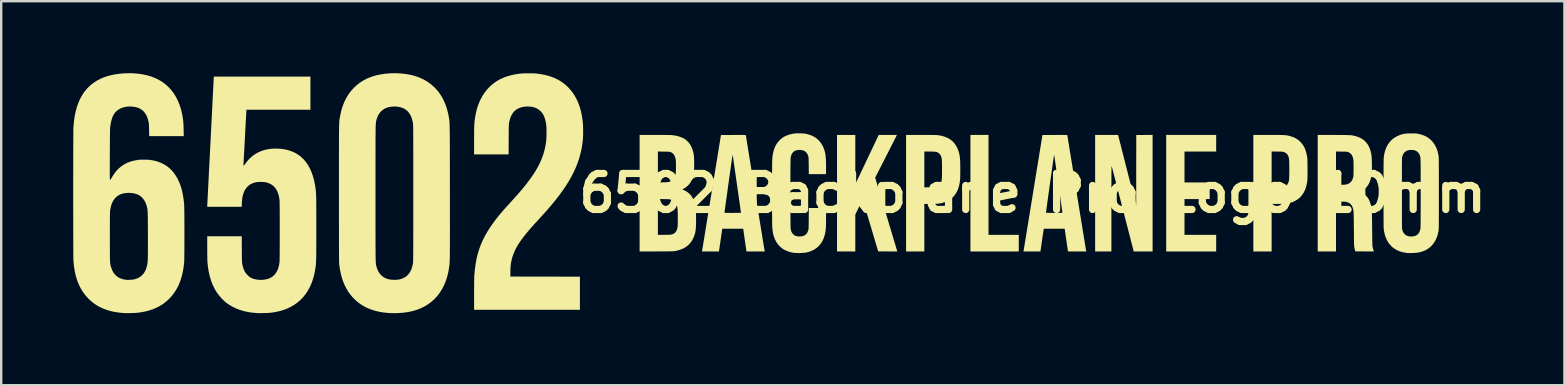
<source format=kicad_pcb>
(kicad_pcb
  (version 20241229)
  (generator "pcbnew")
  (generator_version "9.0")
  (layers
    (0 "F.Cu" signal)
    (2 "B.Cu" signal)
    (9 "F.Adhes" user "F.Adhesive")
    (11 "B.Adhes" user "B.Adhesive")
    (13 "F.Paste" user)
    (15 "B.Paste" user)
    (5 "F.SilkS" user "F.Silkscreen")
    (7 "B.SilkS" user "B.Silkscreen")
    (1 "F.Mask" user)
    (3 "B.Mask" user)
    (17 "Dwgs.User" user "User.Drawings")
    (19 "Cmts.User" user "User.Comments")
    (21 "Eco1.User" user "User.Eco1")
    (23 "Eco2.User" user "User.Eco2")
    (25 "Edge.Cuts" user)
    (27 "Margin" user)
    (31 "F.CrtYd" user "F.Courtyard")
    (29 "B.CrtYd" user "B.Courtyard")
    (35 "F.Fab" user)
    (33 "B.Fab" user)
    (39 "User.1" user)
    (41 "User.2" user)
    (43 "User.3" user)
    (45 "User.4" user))
  (footprint "6502 Backplane Pro Logo 10mm"
    (layer "F.Cu")
    (at 39.97 4.999)
    (property "Reference" "6502 Backplane Pro Logo 10mm" (at 0 0 0) (layer "F.SilkS") (effects (font (size 1.5 1.5) (thickness 0.3))))
    (attr board_only exclude_from_pos_files exclude_from_bom)
    (fp_poly (pts (xy -1.836 -0.347) (xy -1.836 1.735) (xy -1.206 1.735) (xy -0.575 1.735) (xy -0.575 2.081) (xy -0.575 2.428) (xy -1.582 2.428) (xy -2.589 2.428) (xy -2.589 0) (xy -2.589 -2.428) (xy -2.213 -2.428) (xy -1.836 -2.428)) (stroke (width 0) (type solid)) (fill yes) (layer "F.SilkS"))
    (fp_poly (pts (xy 7.649 -2.081) (xy 7.649 -1.735) (xy 6.989 -1.735) (xy 6.329 -1.735) (xy 6.329 -1.091) (xy 6.329 -0.448) (xy 6.853 -0.448) (xy 7.378 -0.448) (xy 7.378 -0.102) (xy 7.378 0.245) (xy 6.853 0.245) (xy 6.329 0.245) (xy 6.329 0.99) (xy 6.329 1.735) (xy 6.989 1.735) (xy 7.649 1.735) (xy 7.649 2.081) (xy 7.649 2.428) (xy 6.608 2.428) (xy 5.567 2.428) (xy 5.567 0) (xy 5.567 -2.428) (xy 6.608 -2.428) (xy 7.649 -2.428)) (stroke (width 0) (type solid)) (fill yes) (layer "F.SilkS"))
    (fp_poly (pts (xy -7.386 -1.407) (xy -7.386 -1.263) (xy -7.386 -1.127) (xy -7.386 -1) (xy -7.386 -0.883) (xy -7.385 -0.777) (xy -7.384 -0.682) (xy -7.384 -0.599) (xy -7.383 -0.529) (xy -7.382 -0.473) (xy -7.381 -0.431) (xy -7.38 -0.405) (xy -7.379 -0.394) (xy -7.379 -0.394) (xy -7.374 -0.402) (xy -7.363 -0.425) (xy -7.345 -0.462) (xy -7.322 -0.511) (xy -7.293 -0.571) (xy -7.258 -0.643) (xy -7.22 -0.724) (xy -7.176 -0.815) (xy -7.13 -0.913) (xy -7.079 -1.019) (xy -7.026 -1.131) (xy -6.97 -1.248) (xy -6.912 -1.37) (xy -6.891 -1.415) (xy -6.411 -2.428) (xy -6.031 -2.428) (xy -5.652 -2.428) (xy -5.727 -2.278) (xy -5.742 -2.249) (xy -5.764 -2.206) (xy -5.792 -2.15) (xy -5.826 -2.083) (xy -5.865 -2.007) (xy -5.908 -1.922) (xy -5.955 -1.83) (xy -6.005 -1.732) (xy -6.057 -1.629) (xy -6.111 -1.523) (xy -6.166 -1.415) (xy -6.18 -1.388) (xy -6.558 -0.647) (xy -6.108 0.855) (xy -6.061 1.01) (xy -6.016 1.161) (xy -5.972 1.308) (xy -5.93 1.448) (xy -5.889 1.583) (xy -5.851 1.709) (xy -5.816 1.828) (xy -5.783 1.938) (xy -5.753 2.038) (xy -5.726 2.127) (xy -5.703 2.205) (xy -5.683 2.27) (xy -5.668 2.323) (xy -5.656 2.361) (xy -5.649 2.385) (xy -5.647 2.392) (xy -5.636 2.428) (xy -6.034 2.426) (xy -6.433 2.424) (xy -6.752 1.351) (xy -6.791 1.22) (xy -6.829 1.094) (xy -6.865 0.974) (xy -6.899 0.859) (xy -6.931 0.752) (xy -6.961 0.654) (xy -6.988 0.564) (xy -7.012 0.485) (xy -7.032 0.417) (xy -7.049 0.361) (xy -7.063 0.317) (xy -7.072 0.288) (xy -7.076 0.274) (xy -7.077 0.273) (xy -7.081 0.279) (xy -7.093 0.299) (xy -7.11 0.331) (xy -7.132 0.374) (xy -7.158 0.425) (xy -7.187 0.484) (xy -7.22 0.549) (xy -7.234 0.579) (xy -7.386 0.889) (xy -7.386 1.659) (xy -7.386 2.428) (xy -7.767 2.428) (xy -8.148 2.428) (xy -8.148 0) (xy -8.148 -2.428) (xy -7.767 -2.428) (xy -7.386 -2.428)) (stroke (width 0) (type solid)) (fill yes) (layer "F.SilkS"))
    (fp_poly (pts (xy 5 -0.000096) (xy 5 2.428) (xy 4.607 2.428) (xy 4.214 2.428) (xy 4.206 2.397) (xy 4.203 2.385) (xy 4.196 2.359) (xy 4.185 2.317) (xy 4.171 2.261) (xy 4.153 2.192) (xy 4.132 2.111) (xy 4.108 2.018) (xy 4.081 1.913) (xy 4.052 1.799) (xy 4.02 1.675) (xy 3.986 1.543) (xy 3.95 1.402) (xy 3.912 1.255) (xy 3.872 1.101) (xy 3.831 0.942) (xy 3.789 0.778) (xy 3.753 0.639) (xy 3.71 0.472) (xy 3.668 0.309) (xy 3.627 0.151) (xy 3.588 -0.001) (xy 3.55 -0.147) (xy 3.514 -0.285) (xy 3.481 -0.415) (xy 3.45 -0.536) (xy 3.421 -0.648) (xy 3.395 -0.749) (xy 3.371 -0.839) (xy 3.351 -0.917) (xy 3.334 -0.982) (xy 3.321 -1.034) (xy 3.311 -1.072) (xy 3.305 -1.095) (xy 3.303 -1.102) (xy 3.296 -1.115) (xy 3.291 -1.117) (xy 3.29 -1.108) (xy 3.289 -1.084) (xy 3.288 -1.043) (xy 3.287 -0.986) (xy 3.287 -0.914) (xy 3.286 -0.828) (xy 3.285 -0.727) (xy 3.285 -0.613) (xy 3.284 -0.484) (xy 3.284 -0.343) (xy 3.284 -0.19) (xy 3.283 -0.024) (xy 3.283 0.153) (xy 3.283 0.342) (xy 3.283 0.542) (xy 3.283 0.656) (xy 3.283 2.428) (xy 2.944 2.428) (xy 2.606 2.428) (xy 2.606 0) (xy 2.606 -2.428) (xy 3.084 -2.428) (xy 3.561 -2.428) (xy 3.57 -2.397) (xy 3.573 -2.385) (xy 3.58 -2.358) (xy 3.59 -2.316) (xy 3.604 -2.261) (xy 3.622 -2.192) (xy 3.642 -2.112) (xy 3.666 -2.02) (xy 3.692 -1.918) (xy 3.72 -1.806) (xy 3.751 -1.686) (xy 3.784 -1.557) (xy 3.818 -1.422) (xy 3.854 -1.281) (xy 3.891 -1.135) (xy 3.93 -0.984) (xy 3.939 -0.948) (xy 3.978 -0.796) (xy 4.015 -0.649) (xy 4.051 -0.508) (xy 4.086 -0.372) (xy 4.119 -0.244) (xy 4.15 -0.123) (xy 4.179 -0.011) (xy 4.206 0.092) (xy 4.23 0.185) (xy 4.251 0.266) (xy 4.269 0.336) (xy 4.284 0.392) (xy 4.295 0.435) (xy 4.303 0.464) (xy 4.307 0.477) (xy 4.308 0.478) (xy 4.315 0.479) (xy 4.316 0.473) (xy 4.316 0.464) (xy 4.317 0.438) (xy 4.317 0.397) (xy 4.317 0.342) (xy 4.317 0.273) (xy 4.317 0.192) (xy 4.317 0.1) (xy 4.317 -0.004) (xy 4.318 -0.117) (xy 4.318 -0.24) (xy 4.318 -0.37) (xy 4.318 -0.508) (xy 4.318 -0.653) (xy 4.318 -0.802) (xy 4.318 -0.957) (xy 4.318 -0.981) (xy 4.32 -2.424) (xy 4.66 -2.426) (xy 5 -2.429)) (stroke (width 0) (type solid)) (fill yes) (layer "F.SilkS"))
    (fp_poly (pts (xy -4.647 -2.428) (xy -4.521 -2.428) (xy -4.41 -2.428) (xy -4.314 -2.427) (xy -4.232 -2.427) (xy -4.161 -2.426) (xy -4.102 -2.425) (xy -4.053 -2.424) (xy -4.012 -2.422) (xy -3.979 -2.42) (xy -3.953 -2.418) (xy -3.933 -2.416) (xy -3.792 -2.391) (xy -3.663 -2.354) (xy -3.547 -2.306) (xy -3.442 -2.246) (xy -3.349 -2.175) (xy -3.268 -2.091) (xy -3.198 -1.995) (xy -3.139 -1.887) (xy -3.091 -1.766) (xy -3.09 -1.763) (xy -3.073 -1.71) (xy -3.058 -1.657) (xy -3.046 -1.604) (xy -3.037 -1.548) (xy -3.029 -1.487) (xy -3.023 -1.42) (xy -3.018 -1.344) (xy -3.015 -1.258) (xy -3.013 -1.16) (xy -3.012 -1.047) (xy -3.012 -0.993) (xy -3.012 -0.914) (xy -3.013 -0.836) (xy -3.014 -0.763) (xy -3.015 -0.697) (xy -3.017 -0.64) (xy -3.018 -0.594) (xy -3.02 -0.563) (xy -3.021 -0.557) (xy -3.042 -0.405) (xy -3.075 -0.266) (xy -3.119 -0.139) (xy -3.175 -0.024) (xy -3.242 0.078) (xy -3.321 0.168) (xy -3.411 0.245) (xy -3.512 0.31) (xy -3.625 0.362) (xy -3.749 0.401) (xy -3.771 0.407) (xy -3.825 0.419) (xy -3.879 0.429) (xy -3.935 0.436) (xy -3.995 0.441) (xy -4.064 0.445) (xy -4.142 0.447) (xy -4.234 0.448) (xy -4.266 0.448) (xy -4.51 0.448) (xy -4.51 1.438) (xy -4.51 2.428) (xy -4.89 2.428) (xy -5.271 2.428) (xy -5.271 0) (xy -5.271 -0.989) (xy -4.51 -0.989) (xy -4.51 -0.244) (xy -4.271 -0.247) (xy -4.2 -0.248) (xy -4.145 -0.249) (xy -4.102 -0.25) (xy -4.069 -0.252) (xy -4.044 -0.254) (xy -4.024 -0.257) (xy -4.008 -0.26) (xy -3.993 -0.265) (xy -3.981 -0.27) (xy -3.927 -0.3) (xy -3.877 -0.341) (xy -3.838 -0.391) (xy -3.822 -0.421) (xy -3.811 -0.447) (xy -3.802 -0.473) (xy -3.794 -0.501) (xy -3.788 -0.533) (xy -3.784 -0.57) (xy -3.78 -0.614) (xy -3.777 -0.668) (xy -3.775 -0.731) (xy -3.774 -0.807) (xy -3.774 -0.897) (xy -3.774 -0.99) (xy -3.774 -1.094) (xy -3.774 -1.182) (xy -3.776 -1.256) (xy -3.778 -1.319) (xy -3.78 -1.371) (xy -3.784 -1.415) (xy -3.789 -1.452) (xy -3.795 -1.483) (xy -3.803 -1.51) (xy -3.812 -1.536) (xy -3.821 -1.557) (xy -3.847 -1.601) (xy -3.881 -1.642) (xy -3.919 -1.677) (xy -3.943 -1.692) (xy -3.969 -1.705) (xy -3.996 -1.714) (xy -4.026 -1.722) (xy -4.062 -1.727) (xy -4.105 -1.731) (xy -4.159 -1.733) (xy -4.225 -1.734) (xy -4.293 -1.735) (xy -4.51 -1.735) (xy -4.51 -0.989) (xy -5.271 -0.989) (xy -5.271 -2.428)) (stroke (width 0) (type solid)) (fill yes) (layer "F.SilkS"))
    (fp_poly (pts (xy 9.947 -2.428) (xy 10.059 -2.428) (xy 10.157 -2.428) (xy 10.243 -2.427) (xy 10.317 -2.426) (xy 10.38 -2.424) (xy 10.435 -2.422) (xy 10.483 -2.42) (xy 10.524 -2.417) (xy 10.561 -2.413) (xy 10.595 -2.408) (xy 10.626 -2.403) (xy 10.657 -2.396) (xy 10.689 -2.389) (xy 10.713 -2.383) (xy 10.839 -2.343) (xy 10.952 -2.292) (xy 11.055 -2.227) (xy 11.146 -2.15) (xy 11.226 -2.061) (xy 11.295 -1.958) (xy 11.326 -1.902) (xy 11.346 -1.858) (xy 11.366 -1.802) (xy 11.387 -1.738) (xy 11.406 -1.671) (xy 11.422 -1.605) (xy 11.432 -1.554) (xy 11.437 -1.529) (xy 11.44 -1.504) (xy 11.443 -1.478) (xy 11.446 -1.449) (xy 11.448 -1.415) (xy 11.449 -1.374) (xy 11.451 -1.326) (xy 11.452 -1.266) (xy 11.453 -1.195) (xy 11.454 -1.109) (xy 11.454 -1.049) (xy 11.455 -0.938) (xy 11.455 -0.842) (xy 11.455 -0.759) (xy 11.454 -0.687) (xy 11.452 -0.626) (xy 11.449 -0.572) (xy 11.445 -0.524) (xy 11.44 -0.48) (xy 11.434 -0.439) (xy 11.427 -0.398) (xy 11.426 -0.393) (xy 11.394 -0.258) (xy 11.351 -0.136) (xy 11.296 -0.026) (xy 11.229 0.074) (xy 11.175 0.14) (xy 11.104 0.209) (xy 11.028 0.267) (xy 10.943 0.317) (xy 10.924 0.326) (xy 10.859 0.357) (xy 10.794 0.382) (xy 10.726 0.402) (xy 10.655 0.418) (xy 10.576 0.431) (xy 10.489 0.44) (xy 10.392 0.445) (xy 10.28 0.448) (xy 10.198 0.448) (xy 9.959 0.448) (xy 9.959 1.438) (xy 9.959 2.428) (xy 9.578 2.428) (xy 9.197 2.428) (xy 9.197 0) (xy 9.197 -0.99) (xy 9.959 -0.99) (xy 9.959 -0.245) (xy 10.181 -0.245) (xy 10.26 -0.246) (xy 10.325 -0.247) (xy 10.375 -0.249) (xy 10.412 -0.252) (xy 10.438 -0.255) (xy 10.445 -0.257) (xy 10.513 -0.282) (xy 10.569 -0.317) (xy 10.614 -0.363) (xy 10.648 -0.422) (xy 10.673 -0.494) (xy 10.681 -0.532) (xy 10.685 -0.561) (xy 10.688 -0.604) (xy 10.691 -0.66) (xy 10.693 -0.726) (xy 10.694 -0.799) (xy 10.695 -0.878) (xy 10.696 -0.96) (xy 10.696 -1.043) (xy 10.695 -1.124) (xy 10.694 -1.201) (xy 10.693 -1.273) (xy 10.69 -1.336) (xy 10.688 -1.388) (xy 10.684 -1.427) (xy 10.682 -1.445) (xy 10.662 -1.522) (xy 10.635 -1.585) (xy 10.599 -1.636) (xy 10.553 -1.675) (xy 10.496 -1.704) (xy 10.457 -1.718) (xy 10.438 -1.723) (xy 10.419 -1.727) (xy 10.396 -1.73) (xy 10.368 -1.732) (xy 10.332 -1.733) (xy 10.285 -1.734) (xy 10.225 -1.734) (xy 10.18 -1.735) (xy 9.959 -1.735) (xy 9.959 -0.99) (xy 9.197 -0.99) (xy 9.197 -2.428) (xy 9.819 -2.428)) (stroke (width 0) (type solid)) (fill yes) (layer "F.SilkS"))
    (fp_poly (pts (xy -9.705 -2.495) (xy -9.626 -2.492) (xy -9.551 -2.487) (xy -9.483 -2.48) (xy -9.43 -2.471) (xy -9.298 -2.437) (xy -9.177 -2.39) (xy -9.068 -2.33) (xy -8.97 -2.258) (xy -8.883 -2.174) (xy -8.808 -2.077) (xy -8.743 -1.967) (xy -8.691 -1.845) (xy -8.678 -1.807) (xy -8.66 -1.751) (xy -8.646 -1.693) (xy -8.634 -1.631) (xy -8.624 -1.565) (xy -8.617 -1.492) (xy -8.611 -1.409) (xy -8.608 -1.316) (xy -8.605 -1.21) (xy -8.605 -1.09) (xy -8.605 -0.795) (xy -8.964 -0.795) (xy -9.323 -0.795) (xy -9.326 -1.136) (xy -9.327 -1.225) (xy -9.328 -1.298) (xy -9.33 -1.358) (xy -9.331 -1.407) (xy -9.333 -1.445) (xy -9.335 -1.475) (xy -9.338 -1.499) (xy -9.341 -1.518) (xy -9.344 -1.531) (xy -9.371 -1.609) (xy -9.408 -1.674) (xy -9.455 -1.725) (xy -9.512 -1.763) (xy -9.581 -1.789) (xy -9.66 -1.802) (xy -9.709 -1.803) (xy -9.794 -1.797) (xy -9.867 -1.779) (xy -9.93 -1.749) (xy -9.981 -1.706) (xy -10.023 -1.649) (xy -10.056 -1.579) (xy -10.078 -1.502) (xy -10.08 -1.486) (xy -10.081 -1.455) (xy -10.083 -1.409) (xy -10.084 -1.349) (xy -10.085 -1.276) (xy -10.086 -1.192) (xy -10.087 -1.098) (xy -10.088 -0.994) (xy -10.089 -0.882) (xy -10.089 -0.763) (xy -10.09 -0.637) (xy -10.09 -0.507) (xy -10.091 -0.372) (xy -10.091 -0.235) (xy -10.091 -0.096) (xy -10.091 0.044) (xy -10.091 0.184) (xy -10.091 0.322) (xy -10.09 0.458) (xy -10.09 0.59) (xy -10.09 0.717) (xy -10.089 0.839) (xy -10.088 0.954) (xy -10.087 1.061) (xy -10.086 1.159) (xy -10.085 1.247) (xy -10.084 1.324) (xy -10.083 1.388) (xy -10.082 1.44) (xy -10.08 1.477) (xy -10.079 1.498) (xy -10.078 1.502) (xy -10.055 1.584) (xy -10.022 1.653) (xy -9.979 1.709) (xy -9.925 1.752) (xy -9.86 1.782) (xy -9.784 1.799) (xy -9.712 1.803) (xy -9.625 1.798) (xy -9.551 1.781) (xy -9.489 1.752) (xy -9.437 1.71) (xy -9.394 1.655) (xy -9.361 1.586) (xy -9.344 1.536) (xy -9.341 1.522) (xy -9.338 1.507) (xy -9.335 1.487) (xy -9.333 1.461) (xy -9.332 1.429) (xy -9.33 1.388) (xy -9.329 1.337) (xy -9.328 1.275) (xy -9.327 1.199) (xy -9.327 1.109) (xy -9.326 1.051) (xy -9.323 0.618) (xy -8.964 0.618) (xy -8.605 0.618) (xy -8.605 1.001) (xy -8.605 1.084) (xy -8.606 1.165) (xy -8.607 1.242) (xy -8.608 1.312) (xy -8.609 1.374) (xy -8.611 1.424) (xy -8.613 1.462) (xy -8.614 1.477) (xy -8.635 1.629) (xy -8.667 1.77) (xy -8.712 1.898) (xy -8.768 2.014) (xy -8.836 2.118) (xy -8.915 2.209) (xy -9.006 2.288) (xy -9.109 2.355) (xy -9.223 2.41) (xy -9.349 2.452) (xy -9.43 2.471) (xy -9.48 2.479) (xy -9.542 2.485) (xy -9.613 2.49) (xy -9.688 2.493) (xy -9.764 2.493) (xy -9.837 2.492) (xy -9.901 2.489) (xy -9.954 2.484) (xy -9.959 2.483) (xy -10.064 2.462) (xy -10.168 2.432) (xy -10.267 2.394) (xy -10.357 2.35) (xy -10.434 2.301) (xy -10.441 2.295) (xy -10.533 2.216) (xy -10.613 2.126) (xy -10.681 2.027) (xy -10.737 1.917) (xy -10.781 1.796) (xy -10.815 1.663) (xy -10.837 1.517) (xy -10.847 1.405) (xy -10.848 1.375) (xy -10.849 1.33) (xy -10.85 1.271) (xy -10.851 1.198) (xy -10.852 1.113) (xy -10.852 1.017) (xy -10.853 0.911) (xy -10.854 0.797) (xy -10.854 0.676) (xy -10.855 0.549) (xy -10.855 0.416) (xy -10.855 0.281) (xy -10.855 0.142) (xy -10.855 0.003) (xy -10.855 -0.137) (xy -10.855 -0.275) (xy -10.855 -0.411) (xy -10.855 -0.543) (xy -10.854 -0.671) (xy -10.854 -0.792) (xy -10.853 -0.907) (xy -10.852 -1.013) (xy -10.852 -1.109) (xy -10.851 -1.194) (xy -10.85 -1.268) (xy -10.849 -1.328) (xy -10.848 -1.374) (xy -10.847 -1.404) (xy -10.847 -1.405) (xy -10.832 -1.559) (xy -10.807 -1.7) (xy -10.771 -1.829) (xy -10.723 -1.947) (xy -10.664 -2.054) (xy -10.593 -2.15) (xy -10.511 -2.237) (xy -10.432 -2.302) (xy -10.358 -2.35) (xy -10.27 -2.393) (xy -10.172 -2.43) (xy -10.068 -2.46) (xy -9.96 -2.482) (xy -9.914 -2.488) (xy -9.854 -2.493) (xy -9.782 -2.495)) (stroke (width 0) (type solid)) (fill yes) (layer "F.SilkS"))
    (fp_poly (pts (xy 1.245 -2.426) (xy 1.317 -2.426) (xy 1.374 -2.425) (xy 1.414 -2.424) (xy 1.438 -2.422) (xy 1.447 -2.42) (xy 1.447 -2.42) (xy 1.448 -2.411) (xy 1.452 -2.386) (xy 1.458 -2.346) (xy 1.467 -2.292) (xy 1.478 -2.225) (xy 1.491 -2.144) (xy 1.506 -2.052) (xy 1.523 -1.949) (xy 1.541 -1.836) (xy 1.561 -1.713) (xy 1.582 -1.581) (xy 1.605 -1.442) (xy 1.629 -1.295) (xy 1.654 -1.143) (xy 1.679 -0.984) (xy 1.706 -0.822) (xy 1.733 -0.655) (xy 1.76 -0.485) (xy 1.788 -0.314) (xy 1.816 -0.14) (xy 1.845 0.033) (xy 1.873 0.207) (xy 1.901 0.38) (xy 1.929 0.551) (xy 1.956 0.719) (xy 1.983 0.884) (xy 2.009 1.044) (xy 2.034 1.2) (xy 2.059 1.35) (xy 2.082 1.493) (xy 2.104 1.628) (xy 2.125 1.756) (xy 2.144 1.874) (xy 2.162 1.983) (xy 2.178 2.081) (xy 2.192 2.167) (xy 2.204 2.241) (xy 2.214 2.302) (xy 2.222 2.349) (xy 2.227 2.382) (xy 2.23 2.399) (xy 2.23 2.401) (xy 2.236 2.428) (xy 1.854 2.428) (xy 1.775 2.428) (xy 1.702 2.428) (xy 1.636 2.427) (xy 1.579 2.427) (xy 1.533 2.426) (xy 1.498 2.425) (xy 1.478 2.425) (xy 1.472 2.424) (xy 1.471 2.415) (xy 1.468 2.39) (xy 1.463 2.353) (xy 1.456 2.305) (xy 1.448 2.248) (xy 1.438 2.183) (xy 1.428 2.112) (xy 1.418 2.038) (xy 1.407 1.962) (xy 1.396 1.886) (xy 1.385 1.813) (xy 1.375 1.743) (xy 1.366 1.678) (xy 1.358 1.621) (xy 1.351 1.574) (xy 1.345 1.538) (xy 1.342 1.515) (xy 1.341 1.508) (xy 1.336 1.481) (xy 0.902 1.481) (xy 0.467 1.481) (xy 0.463 1.5) (xy 0.461 1.512) (xy 0.457 1.538) (xy 0.451 1.579) (xy 0.443 1.631) (xy 0.433 1.694) (xy 0.423 1.765) (xy 0.411 1.844) (xy 0.399 1.928) (xy 0.393 1.974) (xy 0.327 2.428) (xy -0.027 2.428) (xy -0.38 2.428) (xy -0.376 2.405) (xy -0.374 2.395) (xy -0.37 2.369) (xy -0.363 2.327) (xy -0.354 2.271) (xy -0.342 2.2) (xy -0.328 2.117) (xy -0.313 2.02) (xy -0.295 1.912) (xy -0.275 1.792) (xy -0.254 1.662) (xy -0.231 1.521) (xy -0.207 1.371) (xy -0.181 1.213) (xy -0.154 1.046) (xy -0.125 0.872) (xy -0.115 0.809) (xy 0.558 0.809) (xy 0.561 0.812) (xy 0.568 0.814) (xy 0.583 0.816) (xy 0.605 0.818) (xy 0.637 0.819) (xy 0.681 0.82) (xy 0.736 0.82) (xy 0.806 0.821) (xy 0.891 0.821) (xy 0.901 0.821) (xy 0.975 0.821) (xy 1.044 0.82) (xy 1.106 0.819) (xy 1.158 0.819) (xy 1.199 0.817) (xy 1.228 0.816) (xy 1.242 0.815) (xy 1.244 0.814) (xy 1.242 0.804) (xy 1.239 0.778) (xy 1.234 0.738) (xy 1.226 0.684) (xy 1.217 0.619) (xy 1.206 0.542) (xy 1.194 0.456) (xy 1.181 0.361) (xy 1.166 0.259) (xy 1.151 0.151) (xy 1.135 0.037) (xy 1.118 -0.08) (xy 1.101 -0.201) (xy 1.083 -0.323) (xy 1.066 -0.446) (xy 1.048 -0.568) (xy 1.031 -0.688) (xy 1.014 -0.806) (xy 0.998 -0.919) (xy 0.982 -1.028) (xy 0.968 -1.13) (xy 0.954 -1.224) (xy 0.942 -1.31) (xy 0.93 -1.386) (xy 0.921 -1.451) (xy 0.913 -1.505) (xy 0.907 -1.545) (xy 0.903 -1.57) (xy 0.901 -1.58) (xy 0.901 -1.581) (xy 0.892 -1.581) (xy 0.892 -1.58) (xy 0.891 -1.572) (xy 0.887 -1.547) (xy 0.881 -1.509) (xy 0.874 -1.457) (xy 0.864 -1.392) (xy 0.854 -1.317) (xy 0.841 -1.232) (xy 0.828 -1.138) (xy 0.814 -1.037) (xy 0.799 -0.929) (xy 0.783 -0.816) (xy 0.766 -0.699) (xy 0.749 -0.579) (xy 0.732 -0.457) (xy 0.715 -0.334) (xy 0.698 -0.212) (xy 0.681 -0.092) (xy 0.665 0.026) (xy 0.649 0.14) (xy 0.634 0.249) (xy 0.62 0.351) (xy 0.607 0.446) (xy 0.595 0.533) (xy 0.585 0.61) (xy 0.576 0.676) (xy 0.568 0.73) (xy 0.563 0.771) (xy 0.56 0.798) (xy 0.558 0.809) (xy 0.558 0.809) (xy -0.115 0.809) (xy -0.096 0.692) (xy -0.066 0.505) (xy -0.034 0.313) (xy -0.002 0.116) (xy 0.02 -0.021) (xy 0.411 -2.424) (xy 0.929 -2.426) (xy 1.051 -2.427) (xy 1.156 -2.427)) (stroke (width 0) (type solid)) (fill yes) (layer "F.SilkS"))
    (fp_poly (pts (xy -12.167 -2.427) (xy -12.098 -2.426) (xy -12.043 -2.425) (xy -12.002 -2.424) (xy -11.972 -2.423) (xy -11.954 -2.421) (xy -11.947 -2.419) (xy -11.947 -2.419) (xy -11.946 -2.41) (xy -11.942 -2.385) (xy -11.935 -2.345) (xy -11.927 -2.291) (xy -11.916 -2.223) (xy -11.903 -2.143) (xy -11.888 -2.051) (xy -11.871 -1.948) (xy -11.853 -1.834) (xy -11.833 -1.711) (xy -11.812 -1.579) (xy -11.789 -1.44) (xy -11.765 -1.293) (xy -11.74 -1.14) (xy -11.715 -0.982) (xy -11.688 -0.819) (xy -11.661 -0.653) (xy -11.634 -0.483) (xy -11.606 -0.311) (xy -11.578 -0.138) (xy -11.549 0.036) (xy -11.521 0.21) (xy -11.493 0.383) (xy -11.465 0.554) (xy -11.438 0.722) (xy -11.411 0.887) (xy -11.385 1.048) (xy -11.36 1.203) (xy -11.335 1.353) (xy -11.312 1.496) (xy -11.29 1.632) (xy -11.269 1.76) (xy -11.25 1.878) (xy -11.232 1.987) (xy -11.216 2.084) (xy -11.202 2.171) (xy -11.19 2.245) (xy -11.18 2.306) (xy -11.172 2.353) (xy -11.167 2.386) (xy -11.164 2.403) (xy -11.163 2.405) (xy -11.159 2.428) (xy -11.54 2.428) (xy -11.619 2.428) (xy -11.692 2.428) (xy -11.758 2.428) (xy -11.815 2.428) (xy -11.861 2.427) (xy -11.896 2.427) (xy -11.916 2.426) (xy -11.922 2.426) (xy -11.923 2.417) (xy -11.926 2.393) (xy -11.931 2.356) (xy -11.938 2.308) (xy -11.946 2.25) (xy -11.955 2.185) (xy -11.965 2.115) (xy -11.976 2.041) (xy -11.987 1.965) (xy -11.998 1.889) (xy -12.008 1.815) (xy -12.018 1.745) (xy -12.028 1.681) (xy -12.036 1.624) (xy -12.043 1.576) (xy -12.048 1.539) (xy -12.052 1.516) (xy -12.053 1.508) (xy -12.058 1.481) (xy -12.492 1.481) (xy -12.927 1.481) (xy -12.931 1.5) (xy -12.933 1.512) (xy -12.937 1.538) (xy -12.943 1.579) (xy -12.951 1.631) (xy -12.96 1.694) (xy -12.971 1.765) (xy -12.982 1.844) (xy -12.995 1.928) (xy -13.001 1.974) (xy -13.067 2.428) (xy -13.421 2.428) (xy -13.774 2.428) (xy -13.77 2.405) (xy -13.768 2.395) (xy -13.763 2.369) (xy -13.757 2.327) (xy -13.747 2.271) (xy -13.736 2.2) (xy -13.722 2.117) (xy -13.707 2.02) (xy -13.689 1.912) (xy -13.669 1.792) (xy -13.648 1.662) (xy -13.625 1.521) (xy -13.601 1.371) (xy -13.575 1.213) (xy -13.548 1.046) (xy -13.519 0.872) (xy -13.509 0.806) (xy -12.835 0.806) (xy -12.834 0.81) (xy -12.831 0.813) (xy -12.823 0.815) (xy -12.809 0.817) (xy -12.788 0.818) (xy -12.758 0.819) (xy -12.718 0.82) (xy -12.666 0.82) (xy -12.6 0.821) (xy -12.519 0.821) (xy -12.493 0.821) (xy -12.418 0.821) (xy -12.35 0.82) (xy -12.288 0.82) (xy -12.236 0.819) (xy -12.194 0.819) (xy -12.166 0.818) (xy -12.151 0.817) (xy -12.15 0.817) (xy -12.151 0.806) (xy -12.155 0.781) (xy -12.16 0.741) (xy -12.167 0.687) (xy -12.177 0.622) (xy -12.187 0.546) (xy -12.199 0.46) (xy -12.213 0.366) (xy -12.227 0.263) (xy -12.243 0.155) (xy -12.259 0.042) (xy -12.275 -0.076) (xy -12.293 -0.196) (xy -12.31 -0.319) (xy -12.328 -0.441) (xy -12.345 -0.564) (xy -12.362 -0.684) (xy -12.379 -0.802) (xy -12.396 -0.915) (xy -12.411 -1.024) (xy -12.426 -1.126) (xy -12.44 -1.221) (xy -12.452 -1.307) (xy -12.463 -1.384) (xy -12.473 -1.449) (xy -12.481 -1.503) (xy -12.487 -1.544) (xy -12.491 -1.57) (xy -12.492 -1.58) (xy -12.493 -1.581) (xy -12.501 -1.581) (xy -12.502 -1.58) (xy -12.503 -1.571) (xy -12.507 -1.547) (xy -12.513 -1.508) (xy -12.521 -1.456) (xy -12.53 -1.392) (xy -12.541 -1.317) (xy -12.553 -1.232) (xy -12.566 -1.138) (xy -12.58 -1.037) (xy -12.596 -0.929) (xy -12.611 -0.816) (xy -12.628 -0.699) (xy -12.645 -0.579) (xy -12.662 -0.457) (xy -12.679 -0.334) (xy -12.696 -0.212) (xy -12.713 -0.092) (xy -12.729 0.026) (xy -12.745 0.14) (xy -12.76 0.248) (xy -12.774 0.35) (xy -12.787 0.445) (xy -12.799 0.532) (xy -12.809 0.608) (xy -12.818 0.674) (xy -12.825 0.728) (xy -12.831 0.769) (xy -12.834 0.795) (xy -12.835 0.806) (xy -13.509 0.806) (xy -13.49 0.692) (xy -13.46 0.505) (xy -13.428 0.313) (xy -13.396 0.116) (xy -13.374 -0.021) (xy -12.983 -2.424) (xy -12.465 -2.426) (xy -12.35 -2.427) (xy -12.251 -2.427)) (stroke (width 0) (type solid)) (fill yes) (layer "F.SilkS"))
    (fp_poly (pts (xy -15.614 -2.428) (xy -15.499 -2.428) (xy -15.394 -2.427) (xy -15.299 -2.426) (xy -15.216 -2.425) (xy -15.146 -2.424) (xy -15.089 -2.423) (xy -15.047 -2.421) (xy -15.021 -2.42) (xy -15.02 -2.419) (xy -14.884 -2.4) (xy -14.76 -2.372) (xy -14.648 -2.335) (xy -14.55 -2.291) (xy -14.473 -2.244) (xy -14.387 -2.174) (xy -14.313 -2.092) (xy -14.249 -1.998) (xy -14.197 -1.892) (xy -14.155 -1.773) (xy -14.123 -1.641) (xy -14.116 -1.603) (xy -14.111 -1.561) (xy -14.106 -1.506) (xy -14.103 -1.439) (xy -14.101 -1.364) (xy -14.1 -1.285) (xy -14.099 -1.203) (xy -14.1 -1.121) (xy -14.101 -1.043) (xy -14.104 -0.971) (xy -14.108 -0.909) (xy -14.112 -0.859) (xy -14.116 -0.833) (xy -14.141 -0.713) (xy -14.175 -0.606) (xy -14.216 -0.512) (xy -14.266 -0.427) (xy -14.327 -0.351) (xy -14.343 -0.333) (xy -14.39 -0.29) (xy -14.444 -0.247) (xy -14.5 -0.211) (xy -14.549 -0.185) (xy -14.571 -0.174) (xy -14.583 -0.164) (xy -14.585 -0.16) (xy -14.577 -0.153) (xy -14.556 -0.142) (xy -14.528 -0.128) (xy -14.519 -0.124) (xy -14.419 -0.072) (xy -14.329 -0.006) (xy -14.251 0.072) (xy -14.184 0.163) (xy -14.128 0.266) (xy -14.084 0.381) (xy -14.062 0.46) (xy -14.051 0.507) (xy -14.043 0.555) (xy -14.036 0.606) (xy -14.03 0.662) (xy -14.026 0.725) (xy -14.023 0.798) (xy -14.021 0.882) (xy -14.02 0.979) (xy -14.02 1.064) (xy -14.02 1.18) (xy -14.022 1.28) (xy -14.025 1.367) (xy -14.029 1.444) (xy -14.035 1.511) (xy -14.043 1.572) (xy -14.053 1.627) (xy -14.065 1.679) (xy -14.08 1.73) (xy -14.098 1.783) (xy -14.102 1.794) (xy -14.153 1.911) (xy -14.216 2.016) (xy -14.291 2.109) (xy -14.377 2.19) (xy -14.475 2.26) (xy -14.586 2.318) (xy -14.709 2.364) (xy -14.844 2.4) (xy -14.87 2.405) (xy -14.887 2.408) (xy -14.904 2.411) (xy -14.922 2.413) (xy -14.942 2.415) (xy -14.966 2.417) (xy -14.994 2.419) (xy -15.028 2.42) (xy -15.069 2.421) (xy -15.118 2.422) (xy -15.177 2.423) (xy -15.247 2.424) (xy -15.328 2.424) (xy -15.423 2.425) (xy -15.532 2.425) (xy -15.656 2.426) (xy -15.668 2.426) (xy -16.372 2.429) (xy -16.372 0.99) (xy -15.611 0.99) (xy -15.611 1.735) (xy -15.352 1.735) (xy -15.273 1.734) (xy -15.21 1.734) (xy -15.16 1.733) (xy -15.12 1.731) (xy -15.089 1.729) (xy -15.065 1.726) (xy -15.045 1.722) (xy -15.041 1.721) (xy -14.973 1.697) (xy -14.917 1.664) (xy -14.872 1.62) (xy -14.836 1.564) (xy -14.81 1.495) (xy -14.798 1.444) (xy -14.793 1.422) (xy -14.79 1.399) (xy -14.787 1.374) (xy -14.785 1.343) (xy -14.784 1.307) (xy -14.783 1.261) (xy -14.782 1.205) (xy -14.782 1.136) (xy -14.782 1.052) (xy -14.782 1.049) (xy -14.782 0.974) (xy -14.782 0.901) (xy -14.783 0.833) (xy -14.785 0.772) (xy -14.786 0.722) (xy -14.788 0.683) (xy -14.79 0.66) (xy -14.8 0.597) (xy -14.815 0.534) (xy -14.833 0.477) (xy -14.851 0.437) (xy -14.882 0.389) (xy -14.925 0.345) (xy -14.974 0.309) (xy -14.999 0.295) (xy -15.03 0.281) (xy -15.061 0.27) (xy -15.093 0.262) (xy -15.129 0.255) (xy -15.172 0.251) (xy -15.224 0.248) (xy -15.287 0.246) (xy -15.364 0.246) (xy -15.388 0.246) (xy -15.611 0.245) (xy -15.611 0.99) (xy -16.372 0.99) (xy -16.372 0.000405) (xy -16.372 -1.091) (xy -15.611 -1.091) (xy -15.611 -0.446) (xy -15.405 -0.451) (xy -15.331 -0.453) (xy -15.272 -0.456) (xy -15.225 -0.459) (xy -15.189 -0.462) (xy -15.162 -0.467) (xy -15.15 -0.47) (xy -15.075 -0.497) (xy -15.012 -0.534) (xy -14.961 -0.582) (xy -14.92 -0.643) (xy -14.888 -0.717) (xy -14.878 -0.749) (xy -14.874 -0.774) (xy -14.869 -0.814) (xy -14.866 -0.865) (xy -14.863 -0.925) (xy -14.86 -0.99) (xy -14.859 -1.06) (xy -14.858 -1.129) (xy -14.858 -1.197) (xy -14.859 -1.26) (xy -14.861 -1.316) (xy -14.863 -1.361) (xy -14.866 -1.388) (xy -14.885 -1.477) (xy -14.912 -1.552) (xy -14.949 -1.614) (xy -14.995 -1.663) (xy -15.051 -1.7) (xy -15.076 -1.711) (xy -15.091 -1.716) (xy -15.106 -1.721) (xy -15.123 -1.724) (xy -15.144 -1.727) (xy -15.172 -1.729) (xy -15.209 -1.73) (xy -15.257 -1.731) (xy -15.318 -1.732) (xy -15.367 -1.733) (xy -15.611 -1.736) (xy -15.611 -1.091) (xy -16.372 -1.091) (xy -16.372 -2.428) (xy -15.737 -2.428)) (stroke (width 0) (type solid)) (fill yes) (layer "F.SilkS"))
    (fp_poly (pts (xy 12.554 -2.426) (xy 12.682 -2.426) (xy 12.794 -2.425) (xy 12.892 -2.424) (xy 12.977 -2.424) (xy 13.05 -2.423) (xy 13.112 -2.421) (xy 13.166 -2.42) (xy 13.212 -2.417) (xy 13.252 -2.415) (xy 13.286 -2.412) (xy 13.316 -2.408) (xy 13.344 -2.403) (xy 13.371 -2.398) (xy 13.398 -2.392) (xy 13.426 -2.385) (xy 13.457 -2.377) (xy 13.577 -2.338) (xy 13.685 -2.288) (xy 13.781 -2.226) (xy 13.865 -2.153) (xy 13.937 -2.068) (xy 13.998 -1.971) (xy 14.048 -1.862) (xy 14.087 -1.739) (xy 14.115 -1.604) (xy 14.117 -1.591) (xy 14.123 -1.546) (xy 14.127 -1.487) (xy 14.131 -1.417) (xy 14.134 -1.34) (xy 14.136 -1.257) (xy 14.137 -1.173) (xy 14.137 -1.091) (xy 14.136 -1.012) (xy 14.134 -0.941) (xy 14.131 -0.893) (xy 14.119 -0.766) (xy 14.1 -0.653) (xy 14.074 -0.551) (xy 14.04 -0.458) (xy 13.998 -0.373) (xy 13.959 -0.311) (xy 13.907 -0.245) (xy 13.843 -0.183) (xy 13.771 -0.128) (xy 13.698 -0.084) (xy 13.675 -0.073) (xy 13.654 -0.062) (xy 13.641 -0.052) (xy 13.639 -0.049) (xy 13.646 -0.041) (xy 13.664 -0.033) (xy 13.667 -0.032) (xy 13.729 -0.005) (xy 13.792 0.03) (xy 13.851 0.07) (xy 13.88 0.095) (xy 13.94 0.158) (xy 13.991 0.23) (xy 14.034 0.313) (xy 14.069 0.409) (xy 14.092 0.493) (xy 14.1 0.528) (xy 14.107 0.56) (xy 14.113 0.592) (xy 14.119 0.625) (xy 14.123 0.66) (xy 14.128 0.698) (xy 14.131 0.741) (xy 14.134 0.79) (xy 14.136 0.846) (xy 14.139 0.91) (xy 14.14 0.984) (xy 14.142 1.069) (xy 14.143 1.166) (xy 14.145 1.277) (xy 14.146 1.403) (xy 14.147 1.485) (xy 14.148 1.61) (xy 14.149 1.72) (xy 14.15 1.815) (xy 14.151 1.896) (xy 14.152 1.966) (xy 14.153 2.025) (xy 14.154 2.074) (xy 14.156 2.114) (xy 14.157 2.147) (xy 14.159 2.174) (xy 14.161 2.197) (xy 14.163 2.215) (xy 14.166 2.231) (xy 14.168 2.246) (xy 14.17 2.255) (xy 14.18 2.295) (xy 14.192 2.336) (xy 14.203 2.369) (xy 14.205 2.376) (xy 14.215 2.401) (xy 14.221 2.419) (xy 14.223 2.424) (xy 14.215 2.425) (xy 14.191 2.426) (xy 14.154 2.426) (xy 14.105 2.427) (xy 14.046 2.427) (xy 13.979 2.427) (xy 13.904 2.427) (xy 13.836 2.426) (xy 13.45 2.424) (xy 13.438 2.386) (xy 13.43 2.359) (xy 13.423 2.336) (xy 13.417 2.313) (xy 13.412 2.292) (xy 13.407 2.269) (xy 13.403 2.244) (xy 13.4 2.216) (xy 13.397 2.184) (xy 13.395 2.145) (xy 13.393 2.099) (xy 13.392 2.045) (xy 13.391 1.982) (xy 13.389 1.907) (xy 13.388 1.821) (xy 13.388 1.721) (xy 13.387 1.606) (xy 13.386 1.493) (xy 13.384 1.364) (xy 13.383 1.25) (xy 13.382 1.151) (xy 13.381 1.065) (xy 13.38 0.992) (xy 13.379 0.93) (xy 13.377 0.878) (xy 13.376 0.834) (xy 13.374 0.799) (xy 13.373 0.77) (xy 13.371 0.747) (xy 13.368 0.728) (xy 13.366 0.712) (xy 13.365 0.709) (xy 13.344 0.622) (xy 13.317 0.549) (xy 13.281 0.49) (xy 13.236 0.442) (xy 13.181 0.404) (xy 13.114 0.375) (xy 13.087 0.366) (xy 13.064 0.361) (xy 13.032 0.357) (xy 12.989 0.354) (xy 12.933 0.352) (xy 12.862 0.35) (xy 12.842 0.349) (xy 12.641 0.345) (xy 12.641 1.387) (xy 12.641 2.428) (xy 12.26 2.428) (xy 11.879 2.428) (xy 11.879 -0.000421) (xy 11.879 -1.04) (xy 12.641 -1.04) (xy 12.641 -0.345) (xy 12.842 -0.349) (xy 12.92 -0.351) (xy 12.983 -0.354) (xy 13.031 -0.358) (xy 13.066 -0.362) (xy 13.085 -0.366) (xy 13.16 -0.395) (xy 13.223 -0.434) (xy 13.275 -0.485) (xy 13.315 -0.548) (xy 13.346 -0.624) (xy 13.358 -0.668) (xy 13.362 -0.687) (xy 13.365 -0.707) (xy 13.367 -0.732) (xy 13.369 -0.761) (xy 13.371 -0.798) (xy 13.372 -0.845) (xy 13.372 -0.903) (xy 13.373 -0.974) (xy 13.373 -1.049) (xy 13.373 -1.134) (xy 13.372 -1.203) (xy 13.372 -1.26) (xy 13.371 -1.306) (xy 13.369 -1.343) (xy 13.367 -1.372) (xy 13.364 -1.397) (xy 13.361 -1.419) (xy 13.357 -1.438) (xy 13.334 -1.519) (xy 13.303 -1.585) (xy 13.263 -1.638) (xy 13.214 -1.679) (xy 13.199 -1.687) (xy 13.173 -1.701) (xy 13.148 -1.712) (xy 13.121 -1.72) (xy 13.091 -1.726) (xy 13.055 -1.73) (xy 13.01 -1.732) (xy 12.954 -1.734) (xy 12.885 -1.734) (xy 12.854 -1.734) (xy 12.641 -1.735) (xy 12.641 -1.04) (xy 11.879 -1.04) (xy 11.879 -2.429)) (stroke (width 0) (type solid)) (fill yes) (layer "F.SilkS"))
    (fp_poly (pts (xy -20.912 -4.995) (xy -20.836 -4.993) (xy -20.768 -4.991) (xy -20.71 -4.988) (xy -20.67 -4.985) (xy -20.47 -4.958) (xy -20.283 -4.92) (xy -20.107 -4.87) (xy -19.943 -4.81) (xy -19.789 -4.738) (xy -19.645 -4.654) (xy -19.511 -4.558) (xy -19.49 -4.541) (xy -19.459 -4.515) (xy -19.42 -4.48) (xy -19.379 -4.441) (xy -19.34 -4.401) (xy -19.329 -4.39) (xy -19.214 -4.259) (xy -19.111 -4.116) (xy -19.02 -3.961) (xy -18.941 -3.794) (xy -18.874 -3.616) (xy -18.819 -3.426) (xy -18.776 -3.223) (xy -18.746 -3.009) (xy -18.733 -2.877) (xy -18.729 -2.805) (xy -18.726 -2.721) (xy -18.725 -2.63) (xy -18.725 -2.536) (xy -18.726 -2.443) (xy -18.729 -2.355) (xy -18.733 -2.276) (xy -18.737 -2.229) (xy -18.761 -2.03) (xy -18.794 -1.834) (xy -18.838 -1.641) (xy -18.891 -1.45) (xy -18.955 -1.26) (xy -19.03 -1.07) (xy -19.117 -0.88) (xy -19.216 -0.688) (xy -19.327 -0.494) (xy -19.45 -0.297) (xy -19.587 -0.097) (xy -19.738 0.109) (xy -19.902 0.319) (xy -20.081 0.535) (xy -20.243 0.723) (xy -20.277 0.762) (xy -20.321 0.811) (xy -20.372 0.867) (xy -20.427 0.927) (xy -20.484 0.99) (xy -20.541 1.052) (xy -20.581 1.096) (xy -20.724 1.251) (xy -20.854 1.396) (xy -20.972 1.531) (xy -21.079 1.659) (xy -21.176 1.779) (xy -21.263 1.893) (xy -21.34 2.001) (xy -21.41 2.104) (xy -21.471 2.204) (xy -21.524 2.301) (xy -21.571 2.397) (xy -21.612 2.491) (xy -21.647 2.585) (xy -21.678 2.68) (xy -21.698 2.754) (xy -21.719 2.845) (xy -21.735 2.936) (xy -21.746 3.029) (xy -21.753 3.131) (xy -21.756 3.244) (xy -21.756 3.274) (xy -21.758 3.473) (xy -20.309 3.475) (xy -18.86 3.478) (xy -18.86 4.167) (xy -18.86 4.857) (xy -21.064 4.857) (xy -23.268 4.857) (xy -23.268 4.207) (xy -23.268 4.1) (xy -23.267 3.996) (xy -23.267 3.895) (xy -23.266 3.799) (xy -23.265 3.711) (xy -23.264 3.632) (xy -23.263 3.563) (xy -23.262 3.506) (xy -23.261 3.462) (xy -23.259 3.435) (xy -23.238 3.196) (xy -23.208 2.969) (xy -23.17 2.754) (xy -23.122 2.549) (xy -23.063 2.352) (xy -22.994 2.161) (xy -22.914 1.975) (xy -22.822 1.791) (xy -22.719 1.609) (xy -22.676 1.54) (xy -22.603 1.427) (xy -22.527 1.316) (xy -22.448 1.205) (xy -22.363 1.093) (xy -22.273 0.978) (xy -22.175 0.859) (xy -22.068 0.734) (xy -21.952 0.602) (xy -21.824 0.461) (xy -21.758 0.389) (xy -21.584 0.198) (xy -21.423 0.017) (xy -21.274 -0.157) (xy -21.138 -0.323) (xy -21.014 -0.482) (xy -20.901 -0.636) (xy -20.799 -0.784) (xy -20.707 -0.929) (xy -20.625 -1.07) (xy -20.552 -1.209) (xy -20.488 -1.346) (xy -20.433 -1.482) (xy -20.385 -1.618) (xy -20.345 -1.756) (xy -20.311 -1.894) (xy -20.284 -2.036) (xy -20.267 -2.149) (xy -20.262 -2.198) (xy -20.258 -2.26) (xy -20.254 -2.332) (xy -20.252 -2.41) (xy -20.251 -2.491) (xy -20.251 -2.572) (xy -20.252 -2.65) (xy -20.254 -2.721) (xy -20.257 -2.783) (xy -20.262 -2.832) (xy -20.263 -2.843) (xy -20.283 -2.966) (xy -20.308 -3.074) (xy -20.339 -3.168) (xy -20.375 -3.251) (xy -20.418 -3.324) (xy -20.468 -3.387) (xy -20.502 -3.421) (xy -20.574 -3.481) (xy -20.65 -3.529) (xy -20.733 -3.565) (xy -20.825 -3.59) (xy -20.928 -3.606) (xy -20.988 -3.61) (xy -21.108 -3.61) (xy -21.221 -3.597) (xy -21.326 -3.571) (xy -21.422 -3.533) (xy -21.508 -3.483) (xy -21.546 -3.455) (xy -21.613 -3.391) (xy -21.671 -3.317) (xy -21.719 -3.232) (xy -21.759 -3.135) (xy -21.791 -3.024) (xy -21.806 -2.958) (xy -21.809 -2.939) (xy -21.812 -2.922) (xy -21.815 -2.903) (xy -21.817 -2.882) (xy -21.819 -2.858) (xy -21.821 -2.829) (xy -21.822 -2.795) (xy -21.823 -2.752) (xy -21.824 -2.701) (xy -21.825 -2.64) (xy -21.825 -2.568) (xy -21.826 -2.483) (xy -21.827 -2.384) (xy -21.827 -2.269) (xy -21.827 -2.24) (xy -21.83 -1.616) (xy -22.549 -1.616) (xy -23.268 -1.616) (xy -23.268 -2.19) (xy -23.268 -2.317) (xy -23.267 -2.429) (xy -23.267 -2.527) (xy -23.266 -2.614) (xy -23.265 -2.689) (xy -23.263 -2.756) (xy -23.261 -2.815) (xy -23.258 -2.869) (xy -23.255 -2.919) (xy -23.25 -2.966) (xy -23.246 -3.013) (xy -23.24 -3.06) (xy -23.234 -3.109) (xy -23.199 -3.313) (xy -23.152 -3.507) (xy -23.092 -3.691) (xy -23.02 -3.863) (xy -22.936 -4.025) (xy -22.841 -4.175) (xy -22.733 -4.314) (xy -22.615 -4.44) (xy -22.484 -4.555) (xy -22.354 -4.65) (xy -22.212 -4.734) (xy -22.059 -4.806) (xy -21.894 -4.868) (xy -21.717 -4.918) (xy -21.528 -4.957) (xy -21.326 -4.985) (xy -21.322 -4.985) (xy -21.276 -4.989) (xy -21.216 -4.992) (xy -21.147 -4.994) (xy -21.071 -4.995) (xy -20.991 -4.995)) (stroke (width 0) (type solid)) (fill yes) (layer "F.SilkS"))
    (fp_poly (pts (xy 15.847 -2.491) (xy 15.9 -2.491) (xy 15.943 -2.489) (xy 15.979 -2.487) (xy 16.011 -2.483) (xy 16.043 -2.478) (xy 16.074 -2.472) (xy 16.205 -2.439) (xy 16.324 -2.396) (xy 16.432 -2.341) (xy 16.529 -2.274) (xy 16.617 -2.195) (xy 16.628 -2.184) (xy 16.708 -2.088) (xy 16.776 -1.982) (xy 16.831 -1.865) (xy 16.875 -1.738) (xy 16.907 -1.599) (xy 16.911 -1.577) (xy 16.913 -1.565) (xy 16.914 -1.552) (xy 16.916 -1.537) (xy 16.918 -1.52) (xy 16.919 -1.5) (xy 16.92 -1.476) (xy 16.921 -1.447) (xy 16.922 -1.413) (xy 16.923 -1.373) (xy 16.924 -1.325) (xy 16.924 -1.269) (xy 16.925 -1.205) (xy 16.925 -1.132) (xy 16.925 -1.048) (xy 16.926 -0.953) (xy 16.926 -0.847) (xy 16.926 -0.728) (xy 16.926 -0.596) (xy 16.926 -0.449) (xy 16.926 -0.288) (xy 16.926 -0.111) (xy 16.926 0) (xy 16.926 0.187) (xy 16.926 0.357) (xy 16.926 0.512) (xy 16.926 0.652) (xy 16.926 0.779) (xy 16.926 0.893) (xy 16.926 0.994) (xy 16.925 1.084) (xy 16.925 1.164) (xy 16.924 1.233) (xy 16.924 1.294) (xy 16.923 1.346) (xy 16.923 1.39) (xy 16.922 1.428) (xy 16.921 1.46) (xy 16.92 1.487) (xy 16.918 1.509) (xy 16.917 1.528) (xy 16.915 1.544) (xy 16.914 1.558) (xy 16.912 1.57) (xy 16.911 1.577) (xy 16.88 1.719) (xy 16.837 1.85) (xy 16.782 1.97) (xy 16.715 2.079) (xy 16.637 2.175) (xy 16.548 2.26) (xy 16.448 2.332) (xy 16.374 2.373) (xy 16.313 2.4) (xy 16.241 2.427) (xy 16.164 2.45) (xy 16.09 2.469) (xy 16.059 2.475) (xy 16.028 2.479) (xy 15.986 2.483) (xy 15.934 2.487) (xy 15.877 2.49) (xy 15.817 2.492) (xy 15.759 2.494) (xy 15.705 2.494) (xy 15.658 2.494) (xy 15.622 2.493) (xy 15.602 2.491) (xy 15.585 2.488) (xy 15.556 2.483) (xy 15.519 2.478) (xy 15.496 2.474) (xy 15.449 2.465) (xy 15.395 2.452) (xy 15.343 2.438) (xy 15.324 2.432) (xy 15.202 2.383) (xy 15.091 2.322) (xy 14.991 2.248) (xy 14.903 2.162) (xy 14.826 2.064) (xy 14.761 1.954) (xy 14.708 1.832) (xy 14.667 1.699) (xy 14.638 1.555) (xy 14.63 1.487) (xy 14.628 1.468) (xy 14.627 1.433) (xy 14.626 1.383) (xy 14.625 1.319) (xy 14.625 1.243) (xy 14.624 1.156) (xy 14.623 1.058) (xy 14.622 0.951) (xy 14.622 0.836) (xy 14.621 0.714) (xy 14.621 0.586) (xy 14.621 0.454) (xy 14.621 0.318) (xy 14.62 0.179) (xy 14.62 0.039) (xy 14.62 -0.035) (xy 15.386 -0.035) (xy 15.386 0) (xy 15.386 0.185) (xy 15.386 0.355) (xy 15.386 0.509) (xy 15.387 0.648) (xy 15.387 0.774) (xy 15.387 0.886) (xy 15.387 0.986) (xy 15.387 1.074) (xy 15.388 1.152) (xy 15.388 1.22) (xy 15.389 1.278) (xy 15.389 1.328) (xy 15.39 1.37) (xy 15.391 1.405) (xy 15.392 1.434) (xy 15.393 1.457) (xy 15.394 1.476) (xy 15.396 1.491) (xy 15.397 1.503) (xy 15.399 1.512) (xy 15.401 1.52) (xy 15.401 1.521) (xy 15.43 1.602) (xy 15.468 1.668) (xy 15.516 1.721) (xy 15.574 1.761) (xy 15.642 1.788) (xy 15.721 1.802) (xy 15.811 1.803) (xy 15.842 1.8) (xy 15.899 1.791) (xy 15.947 1.776) (xy 15.955 1.773) (xy 16.015 1.739) (xy 16.063 1.698) (xy 16.101 1.646) (xy 16.131 1.582) (xy 16.153 1.505) (xy 16.157 1.485) (xy 16.159 1.475) (xy 16.16 1.46) (xy 16.161 1.441) (xy 16.163 1.415) (xy 16.164 1.383) (xy 16.165 1.344) (xy 16.165 1.297) (xy 16.166 1.24) (xy 16.167 1.175) (xy 16.167 1.099) (xy 16.168 1.012) (xy 16.168 0.914) (xy 16.168 0.803) (xy 16.169 0.679) (xy 16.169 0.541) (xy 16.169 0.388) (xy 16.169 0.22) (xy 16.169 0.037) (xy 16.169 0) (xy 16.169 -0.185) (xy 16.169 -0.355) (xy 16.169 -0.509) (xy 16.169 -0.648) (xy 16.169 -0.774) (xy 16.168 -0.886) (xy 16.168 -0.987) (xy 16.168 -1.076) (xy 16.167 -1.154) (xy 16.166 -1.223) (xy 16.165 -1.282) (xy 16.164 -1.333) (xy 16.163 -1.377) (xy 16.161 -1.414) (xy 16.159 -1.445) (xy 16.157 -1.472) (xy 16.155 -1.493) (xy 16.152 -1.512) (xy 16.149 -1.527) (xy 16.146 -1.541) (xy 16.142 -1.553) (xy 16.138 -1.565) (xy 16.133 -1.578) (xy 16.132 -1.582) (xy 16.098 -1.65) (xy 16.053 -1.707) (xy 15.997 -1.751) (xy 15.931 -1.782) (xy 15.855 -1.799) (xy 15.842 -1.8) (xy 15.748 -1.803) (xy 15.666 -1.794) (xy 15.594 -1.771) (xy 15.533 -1.736) (xy 15.482 -1.687) (xy 15.441 -1.625) (xy 15.41 -1.549) (xy 15.401 -1.521) (xy 15.399 -1.514) (xy 15.398 -1.505) (xy 15.396 -1.493) (xy 15.395 -1.479) (xy 15.393 -1.461) (xy 15.392 -1.439) (xy 15.391 -1.411) (xy 15.39 -1.377) (xy 15.39 -1.336) (xy 15.389 -1.288) (xy 15.388 -1.231) (xy 15.388 -1.165) (xy 15.387 -1.089) (xy 15.387 -1.003) (xy 15.387 -0.905) (xy 15.387 -0.795) (xy 15.387 -0.672) (xy 15.386 -0.536) (xy 15.386 -0.384) (xy 15.386 -0.218) (xy 15.386 -0.035) (xy 14.62 -0.035) (xy 14.62 -0.101) (xy 14.62 -0.241) (xy 14.621 -0.379) (xy 14.621 -0.513) (xy 14.621 -0.644) (xy 14.622 -0.769) (xy 14.622 -0.888) (xy 14.623 -0.999) (xy 14.623 -1.102) (xy 14.624 -1.196) (xy 14.625 -1.278) (xy 14.626 -1.349) (xy 14.627 -1.407) (xy 14.628 -1.45) (xy 14.629 -1.479) (xy 14.63 -1.487) (xy 14.653 -1.636) (xy 14.688 -1.774) (xy 14.736 -1.901) (xy 14.796 -2.016) (xy 14.867 -2.119) (xy 14.95 -2.211) (xy 15.045 -2.29) (xy 15.151 -2.357) (xy 15.268 -2.411) (xy 15.324 -2.432) (xy 15.383 -2.45) (xy 15.437 -2.465) (xy 15.491 -2.475) (xy 15.547 -2.483) (xy 15.609 -2.488) (xy 15.68 -2.491) (xy 15.764 -2.492) (xy 15.78 -2.492)) (stroke (width 0) (type solid)) (fill yes) (layer "F.SilkS"))
    (fp_poly (pts (xy -30.087 -4.167) (xy -30.087 -3.477) (xy -31.419 -3.477) (xy -32.751 -3.477) (xy -32.756 -3.408) (xy -32.758 -3.39) (xy -32.76 -3.357) (xy -32.762 -3.309) (xy -32.766 -3.248) (xy -32.77 -3.174) (xy -32.774 -3.089) (xy -32.78 -2.994) (xy -32.785 -2.89) (xy -32.791 -2.778) (xy -32.798 -2.659) (xy -32.804 -2.535) (xy -32.811 -2.406) (xy -32.816 -2.314) (xy -32.823 -2.183) (xy -32.83 -2.055) (xy -32.836 -1.932) (xy -32.843 -1.815) (xy -32.849 -1.705) (xy -32.854 -1.604) (xy -32.859 -1.511) (xy -32.863 -1.43) (xy -32.867 -1.36) (xy -32.871 -1.303) (xy -32.873 -1.259) (xy -32.875 -1.231) (xy -32.875 -1.221) (xy -32.878 -1.186) (xy -32.878 -1.165) (xy -32.875 -1.155) (xy -32.869 -1.151) (xy -32.865 -1.151) (xy -32.853 -1.158) (xy -32.834 -1.179) (xy -32.81 -1.212) (xy -32.803 -1.221) (xy -32.709 -1.347) (xy -32.605 -1.459) (xy -32.491 -1.558) (xy -32.367 -1.644) (xy -32.235 -1.715) (xy -32.093 -1.772) (xy -31.943 -1.816) (xy -31.785 -1.844) (xy -31.62 -1.859) (xy -31.455 -1.858) (xy -31.283 -1.845) (xy -31.121 -1.819) (xy -30.97 -1.78) (xy -30.829 -1.729) (xy -30.697 -1.665) (xy -30.598 -1.605) (xy -30.482 -1.518) (xy -30.375 -1.416) (xy -30.277 -1.301) (xy -30.189 -1.173) (xy -30.11 -1.031) (xy -30.041 -0.877) (xy -29.982 -0.71) (xy -29.933 -0.532) (xy -29.895 -0.342) (xy -29.884 -0.272) (xy -29.879 -0.236) (xy -29.874 -0.201) (xy -29.869 -0.168) (xy -29.865 -0.135) (xy -29.862 -0.101) (xy -29.859 -0.065) (xy -29.856 -0.027) (xy -29.853 0.014) (xy -29.851 0.06) (xy -29.849 0.111) (xy -29.848 0.169) (xy -29.846 0.233) (xy -29.845 0.306) (xy -29.844 0.387) (xy -29.844 0.478) (xy -29.843 0.58) (xy -29.843 0.693) (xy -29.843 0.819) (xy -29.842 0.958) (xy -29.842 1.111) (xy -29.842 1.28) (xy -29.842 1.447) (xy -29.842 1.63) (xy -29.842 1.796) (xy -29.842 1.947) (xy -29.842 2.084) (xy -29.843 2.208) (xy -29.843 2.319) (xy -29.844 2.419) (xy -29.844 2.508) (xy -29.845 2.587) (xy -29.846 2.658) (xy -29.848 2.72) (xy -29.849 2.776) (xy -29.851 2.825) (xy -29.853 2.87) (xy -29.855 2.91) (xy -29.858 2.946) (xy -29.861 2.98) (xy -29.864 3.013) (xy -29.868 3.045) (xy -29.872 3.077) (xy -29.877 3.11) (xy -29.88 3.131) (xy -29.916 3.334) (xy -29.964 3.527) (xy -30.025 3.71) (xy -30.097 3.881) (xy -30.182 4.04) (xy -30.278 4.189) (xy -30.385 4.325) (xy -30.504 4.449) (xy -30.634 4.561) (xy -30.775 4.66) (xy -30.927 4.746) (xy -30.961 4.763) (xy -31.117 4.831) (xy -31.278 4.887) (xy -31.448 4.931) (xy -31.628 4.965) (xy -31.775 4.983) (xy -31.808 4.986) (xy -31.854 4.989) (xy -31.909 4.991) (xy -31.97 4.993) (xy -32.034 4.995) (xy -32.098 4.996) (xy -32.158 4.997) (xy -32.212 4.997) (xy -32.257 4.997) (xy -32.289 4.996) (xy -32.296 4.996) (xy -32.373 4.989) (xy -32.436 4.983) (xy -32.488 4.978) (xy -32.531 4.973) (xy -32.569 4.969) (xy -32.604 4.964) (xy -32.639 4.958) (xy -32.647 4.957) (xy -32.838 4.918) (xy -33.019 4.865) (xy -33.189 4.8) (xy -33.349 4.722) (xy -33.498 4.632) (xy -33.62 4.541) (xy -33.651 4.515) (xy -33.689 4.48) (xy -33.731 4.441) (xy -33.77 4.401) (xy -33.781 4.39) (xy -33.895 4.26) (xy -33.997 4.119) (xy -34.087 3.967) (xy -34.166 3.803) (xy -34.232 3.627) (xy -34.287 3.439) (xy -34.33 3.24) (xy -34.362 3.028) (xy -34.377 2.873) (xy -34.379 2.844) (xy -34.38 2.8) (xy -34.382 2.743) (xy -34.383 2.675) (xy -34.384 2.598) (xy -34.385 2.514) (xy -34.385 2.425) (xy -34.386 2.333) (xy -34.386 2.279) (xy -34.386 1.794) (xy -33.667 1.794) (xy -32.948 1.794) (xy -32.945 2.333) (xy -32.944 2.445) (xy -32.944 2.541) (xy -32.943 2.623) (xy -32.942 2.692) (xy -32.941 2.75) (xy -32.94 2.798) (xy -32.938 2.837) (xy -32.937 2.87) (xy -32.935 2.896) (xy -32.932 2.919) (xy -32.929 2.938) (xy -32.927 2.953) (xy -32.91 3.028) (xy -32.888 3.104) (xy -32.862 3.178) (xy -32.834 3.243) (xy -32.818 3.274) (xy -32.789 3.319) (xy -32.749 3.367) (xy -32.705 3.415) (xy -32.658 3.459) (xy -32.613 3.495) (xy -32.59 3.51) (xy -32.508 3.55) (xy -32.415 3.58) (xy -32.313 3.6) (xy -32.207 3.61) (xy -32.099 3.61) (xy -31.992 3.6) (xy -31.89 3.578) (xy -31.854 3.568) (xy -31.758 3.529) (xy -31.671 3.477) (xy -31.596 3.411) (xy -31.531 3.333) (xy -31.476 3.241) (xy -31.432 3.136) (xy -31.399 3.019) (xy -31.377 2.889) (xy -31.374 2.867) (xy -31.373 2.847) (xy -31.372 2.811) (xy -31.371 2.761) (xy -31.37 2.697) (xy -31.369 2.622) (xy -31.368 2.535) (xy -31.367 2.439) (xy -31.367 2.334) (xy -31.366 2.222) (xy -31.366 2.104) (xy -31.365 1.981) (xy -31.365 1.854) (xy -31.365 1.724) (xy -31.365 1.593) (xy -31.365 1.462) (xy -31.365 1.333) (xy -31.365 1.205) (xy -31.365 1.08) (xy -31.366 0.961) (xy -31.366 0.847) (xy -31.367 0.74) (xy -31.368 0.641) (xy -31.368 0.552) (xy -31.369 0.473) (xy -31.37 0.406) (xy -31.371 0.352) (xy -31.372 0.312) (xy -31.373 0.288) (xy -31.374 0.284) (xy -31.395 0.15) (xy -31.426 0.03) (xy -31.467 -0.077) (xy -31.518 -0.171) (xy -31.579 -0.252) (xy -31.652 -0.32) (xy -31.735 -0.376) (xy -31.829 -0.419) (xy -31.934 -0.451) (xy -31.949 -0.454) (xy -32.007 -0.463) (xy -32.077 -0.468) (xy -32.152 -0.47) (xy -32.229 -0.468) (xy -32.301 -0.463) (xy -32.364 -0.453) (xy -32.38 -0.45) (xy -32.485 -0.418) (xy -32.579 -0.374) (xy -32.662 -0.318) (xy -32.734 -0.248) (xy -32.796 -0.166) (xy -32.847 -0.071) (xy -32.887 0.037) (xy -32.917 0.159) (xy -32.936 0.293) (xy -32.945 0.421) (xy -32.95 0.567) (xy -33.668 0.567) (xy -34.386 0.567) (xy -34.386 0.535) (xy -34.385 0.524) (xy -34.384 0.497) (xy -34.382 0.454) (xy -34.379 0.397) (xy -34.375 0.325) (xy -34.371 0.239) (xy -34.366 0.14) (xy -34.361 0.029) (xy -34.355 -0.093) (xy -34.348 -0.227) (xy -34.34 -0.371) (xy -34.333 -0.525) (xy -34.324 -0.688) (xy -34.316 -0.86) (xy -34.307 -1.039) (xy -34.297 -1.226) (xy -34.287 -1.418) (xy -34.277 -1.617) (xy -34.267 -1.821) (xy -34.256 -2.03) (xy -34.25 -2.144) (xy -34.239 -2.355) (xy -34.229 -2.562) (xy -34.219 -2.763) (xy -34.209 -2.96) (xy -34.199 -3.15) (xy -34.19 -3.333) (xy -34.181 -3.509) (xy -34.172 -3.677) (xy -34.164 -3.835) (xy -34.157 -3.985) (xy -34.15 -4.125) (xy -34.143 -4.253) (xy -34.137 -4.371) (xy -34.132 -4.476) (xy -34.127 -4.569) (xy -34.123 -4.648) (xy -34.12 -4.714) (xy -34.118 -4.765) (xy -34.116 -4.801) (xy -34.115 -4.82) (xy -34.115 -4.824) (xy -34.115 -4.857) (xy -32.101 -4.857) (xy -30.087 -4.857)) (stroke (width 0) (type solid)) (fill yes) (layer "F.SilkS"))
    (fp_poly (pts (xy -26.342 -4.99) (xy -26.139 -4.97) (xy -25.944 -4.937) (xy -25.9 -4.928) (xy -25.715 -4.878) (xy -25.54 -4.816) (xy -25.375 -4.74) (xy -25.221 -4.651) (xy -25.078 -4.549) (xy -24.945 -4.435) (xy -24.824 -4.309) (xy -24.715 -4.171) (xy -24.617 -4.021) (xy -24.531 -3.859) (xy -24.457 -3.686) (xy -24.396 -3.503) (xy -24.347 -3.308) (xy -24.33 -3.219) (xy -24.325 -3.194) (xy -24.321 -3.171) (xy -24.317 -3.149) (xy -24.313 -3.128) (xy -24.31 -3.108) (xy -24.306 -3.088) (xy -24.303 -3.068) (xy -24.301 -3.046) (xy -24.298 -3.022) (xy -24.296 -2.995) (xy -24.293 -2.966) (xy -24.291 -2.934) (xy -24.29 -2.897) (xy -24.288 -2.855) (xy -24.287 -2.809) (xy -24.285 -2.756) (xy -24.284 -2.697) (xy -24.283 -2.631) (xy -24.282 -2.557) (xy -24.281 -2.476) (xy -24.281 -2.385) (xy -24.28 -2.285) (xy -24.279 -2.176) (xy -24.279 -2.056) (xy -24.279 -1.925) (xy -24.278 -1.782) (xy -24.278 -1.627) (xy -24.278 -1.459) (xy -24.278 -1.278) (xy -24.277 -1.084) (xy -24.277 -0.874) (xy -24.277 -0.65) (xy -24.277 -0.41) (xy -24.277 -0.153) (xy -24.276 -0.093) (xy -24.276 0.171) (xy -24.276 0.418) (xy -24.276 0.65) (xy -24.276 0.867) (xy -24.276 1.069) (xy -24.275 1.256) (xy -24.275 1.431) (xy -24.275 1.592) (xy -24.276 1.741) (xy -24.276 1.879) (xy -24.276 2.005) (xy -24.276 2.12) (xy -24.277 2.226) (xy -24.277 2.322) (xy -24.278 2.409) (xy -24.279 2.487) (xy -24.279 2.558) (xy -24.28 2.622) (xy -24.281 2.679) (xy -24.282 2.73) (xy -24.284 2.776) (xy -24.285 2.817) (xy -24.287 2.853) (xy -24.288 2.886) (xy -24.29 2.915) (xy -24.292 2.942) (xy -24.294 2.967) (xy -24.297 2.99) (xy -24.299 3.013) (xy -24.302 3.035) (xy -24.305 3.057) (xy -24.305 3.063) (xy -24.339 3.27) (xy -24.386 3.467) (xy -24.445 3.653) (xy -24.516 3.827) (xy -24.6 3.991) (xy -24.695 4.143) (xy -24.802 4.283) (xy -24.921 4.412) (xy -25.051 4.528) (xy -25.191 4.632) (xy -25.343 4.723) (xy -25.506 4.802) (xy -25.679 4.867) (xy -25.862 4.919) (xy -25.9 4.928) (xy -26.065 4.959) (xy -26.24 4.981) (xy -26.421 4.994) (xy -26.606 4.999) (xy -26.788 4.994) (xy -26.832 4.991) (xy -27.041 4.97) (xy -27.241 4.936) (xy -27.429 4.889) (xy -27.607 4.829) (xy -27.774 4.756) (xy -27.93 4.669) (xy -28.075 4.57) (xy -28.209 4.458) (xy -28.333 4.333) (xy -28.446 4.195) (xy -28.506 4.109) (xy -28.587 3.977) (xy -28.658 3.838) (xy -28.72 3.691) (xy -28.773 3.534) (xy -28.818 3.367) (xy -28.855 3.187) (xy -28.884 2.995) (xy -28.885 2.984) (xy -28.886 2.972) (xy -28.888 2.958) (xy -28.889 2.942) (xy -28.89 2.923) (xy -28.891 2.9) (xy -28.892 2.874) (xy -28.892 2.843) (xy -28.893 2.808) (xy -28.894 2.767) (xy -28.895 2.719) (xy -28.895 2.665) (xy -28.896 2.604) (xy -28.896 2.536) (xy -28.896 2.459) (xy -28.897 2.373) (xy -28.897 2.277) (xy -28.897 2.172) (xy -28.898 2.057) (xy -28.898 1.93) (xy -28.898 1.792) (xy -28.898 1.642) (xy -28.898 1.479) (xy -28.898 1.302) (xy -28.899 1.113) (xy -28.899 0.908) (xy -28.899 0.689) (xy -28.899 0.455) (xy -28.899 0.204) (xy -28.899 0) (xy -28.899 -0.265) (xy -28.899 -0.513) (xy -28.899 -0.62) (xy -27.376 -0.62) (xy -27.376 -0.381) (xy -27.376 -0.126) (xy -27.376 0) (xy -27.376 0.263) (xy -27.376 0.509) (xy -27.376 0.739) (xy -27.376 0.955) (xy -27.376 1.155) (xy -27.376 1.341) (xy -27.375 1.514) (xy -27.375 1.674) (xy -27.375 1.821) (xy -27.375 1.956) (xy -27.375 2.08) (xy -27.374 2.193) (xy -27.374 2.296) (xy -27.373 2.389) (xy -27.373 2.472) (xy -27.372 2.548) (xy -27.371 2.615) (xy -27.37 2.674) (xy -27.369 2.727) (xy -27.368 2.773) (xy -27.367 2.813) (xy -27.366 2.848) (xy -27.364 2.879) (xy -27.362 2.905) (xy -27.36 2.927) (xy -27.358 2.946) (xy -27.356 2.963) (xy -27.354 2.978) (xy -27.351 2.991) (xy -27.349 3.004) (xy -27.346 3.016) (xy -27.343 3.028) (xy -27.339 3.041) (xy -27.338 3.048) (xy -27.302 3.16) (xy -27.256 3.261) (xy -27.198 3.35) (xy -27.129 3.427) (xy -27.05 3.49) (xy -26.962 3.541) (xy -26.864 3.577) (xy -26.855 3.579) (xy -26.774 3.596) (xy -26.683 3.606) (xy -26.587 3.61) (xy -26.492 3.606) (xy -26.403 3.596) (xy -26.36 3.588) (xy -26.291 3.568) (xy -26.219 3.538) (xy -26.15 3.502) (xy -26.09 3.462) (xy -26.077 3.451) (xy -26.007 3.382) (xy -25.947 3.3) (xy -25.896 3.205) (xy -25.856 3.096) (xy -25.825 2.973) (xy -25.818 2.936) (xy -25.816 2.927) (xy -25.815 2.918) (xy -25.814 2.907) (xy -25.812 2.895) (xy -25.811 2.88) (xy -25.81 2.863) (xy -25.809 2.841) (xy -25.808 2.816) (xy -25.808 2.786) (xy -25.807 2.752) (xy -25.806 2.711) (xy -25.806 2.664) (xy -25.805 2.611) (xy -25.805 2.55) (xy -25.804 2.481) (xy -25.804 2.404) (xy -25.803 2.318) (xy -25.803 2.222) (xy -25.803 2.117) (xy -25.803 2) (xy -25.802 1.873) (xy -25.802 1.734) (xy -25.802 1.582) (xy -25.802 1.418) (xy -25.802 1.241) (xy -25.802 1.049) (xy -25.802 0.843) (xy -25.802 0.622) (xy -25.802 0.386) (xy -25.802 0.133) (xy -25.802 0) (xy -25.802 -0.261) (xy -25.802 -0.505) (xy -25.802 -0.734) (xy -25.802 -0.947) (xy -25.802 -1.146) (xy -25.802 -1.33) (xy -25.802 -1.501) (xy -25.802 -1.659) (xy -25.802 -1.804) (xy -25.803 -1.938) (xy -25.803 -2.059) (xy -25.803 -2.17) (xy -25.803 -2.271) (xy -25.804 -2.362) (xy -25.804 -2.443) (xy -25.804 -2.516) (xy -25.805 -2.581) (xy -25.805 -2.638) (xy -25.806 -2.688) (xy -25.807 -2.732) (xy -25.807 -2.77) (xy -25.808 -2.802) (xy -25.809 -2.829) (xy -25.81 -2.852) (xy -25.811 -2.872) (xy -25.812 -2.888) (xy -25.813 -2.902) (xy -25.814 -2.913) (xy -25.815 -2.923) (xy -25.817 -2.932) (xy -25.818 -2.936) (xy -25.846 -3.063) (xy -25.884 -3.176) (xy -25.932 -3.276) (xy -25.99 -3.362) (xy -26.058 -3.435) (xy -26.137 -3.495) (xy -26.226 -3.543) (xy -26.327 -3.578) (xy -26.439 -3.602) (xy -26.463 -3.605) (xy -26.538 -3.611) (xy -26.622 -3.611) (xy -26.706 -3.605) (xy -26.784 -3.595) (xy -26.8 -3.592) (xy -26.906 -3.562) (xy -27.002 -3.519) (xy -27.087 -3.462) (xy -27.162 -3.393) (xy -27.226 -3.311) (xy -27.279 -3.216) (xy -27.32 -3.109) (xy -27.338 -3.048) (xy -27.341 -3.034) (xy -27.344 -3.022) (xy -27.347 -3.009) (xy -27.35 -2.997) (xy -27.353 -2.984) (xy -27.355 -2.97) (xy -27.357 -2.955) (xy -27.36 -2.937) (xy -27.361 -2.916) (xy -27.363 -2.891) (xy -27.365 -2.863) (xy -27.366 -2.831) (xy -27.368 -2.793) (xy -27.369 -2.749) (xy -27.37 -2.7) (xy -27.371 -2.644) (xy -27.372 -2.58) (xy -27.372 -2.509) (xy -27.373 -2.429) (xy -27.374 -2.341) (xy -27.374 -2.243) (xy -27.375 -2.135) (xy -27.375 -2.016) (xy -27.375 -1.886) (xy -27.375 -1.745) (xy -27.375 -1.591) (xy -27.376 -1.425) (xy -27.376 -1.245) (xy -27.376 -1.051) (xy -27.376 -0.843) (xy -27.376 -0.62) (xy -28.899 -0.62) (xy -28.899 -0.746) (xy -28.899 -0.964) (xy -28.899 -1.166) (xy -28.899 -1.355) (xy -28.899 -1.53) (xy -28.899 -1.693) (xy -28.898 -1.843) (xy -28.898 -1.981) (xy -28.898 -2.107) (xy -28.898 -2.223) (xy -28.897 -2.329) (xy -28.897 -2.425) (xy -28.896 -2.513) (xy -28.895 -2.591) (xy -28.894 -2.662) (xy -28.893 -2.726) (xy -28.892 -2.783) (xy -28.891 -2.833) (xy -28.889 -2.878) (xy -28.888 -2.918) (xy -28.886 -2.954) (xy -28.884 -2.985) (xy -28.882 -3.014) (xy -28.879 -3.039) (xy -28.876 -3.062) (xy -28.874 -3.083) (xy -28.871 -3.104) (xy -28.867 -3.124) (xy -28.864 -3.143) (xy -28.86 -3.164) (xy -28.856 -3.185) (xy -28.851 -3.208) (xy -28.847 -3.232) (xy -28.804 -3.429) (xy -28.748 -3.615) (xy -28.68 -3.791) (xy -28.599 -3.956) (xy -28.506 -4.111) (xy -28.401 -4.253) (xy -28.284 -4.385) (xy -28.156 -4.504) (xy -28.018 -4.611) (xy -27.869 -4.705) (xy -27.709 -4.786) (xy -27.539 -4.853) (xy -27.36 -4.907) (xy -27.349 -4.91) (xy -27.159 -4.95) (xy -26.96 -4.979) (xy -26.755 -4.995) (xy -26.548 -4.999)) (stroke (width 0) (type solid)) (fill yes) (layer "F.SilkS"))
    (fp_poly (pts (xy -37.461 -4.995) (xy -37.27 -4.979) (xy -37.11 -4.957) (xy -36.918 -4.919) (xy -36.737 -4.867) (xy -36.567 -4.802) (xy -36.407 -4.725) (xy -36.258 -4.634) (xy -36.139 -4.547) (xy -36.011 -4.433) (xy -35.894 -4.307) (xy -35.788 -4.169) (xy -35.694 -4.019) (xy -35.611 -3.857) (xy -35.54 -3.685) (xy -35.481 -3.502) (xy -35.434 -3.309) (xy -35.423 -3.249) (xy -35.409 -3.169) (xy -35.398 -3.095) (xy -35.389 -3.023) (xy -35.382 -2.951) (xy -35.377 -2.874) (xy -35.373 -2.79) (xy -35.37 -2.693) (xy -35.369 -2.642) (xy -35.365 -2.378) (xy -36.084 -2.378) (xy -36.804 -2.378) (xy -36.808 -2.621) (xy -36.81 -2.715) (xy -36.813 -2.793) (xy -36.816 -2.856) (xy -36.82 -2.905) (xy -36.825 -2.94) (xy -36.854 -3.067) (xy -36.892 -3.18) (xy -36.94 -3.279) (xy -36.998 -3.365) (xy -37.067 -3.438) (xy -37.147 -3.498) (xy -37.237 -3.545) (xy -37.338 -3.579) (xy -37.451 -3.602) (xy -37.551 -3.611) (xy -37.675 -3.61) (xy -37.793 -3.596) (xy -37.902 -3.569) (xy -38.002 -3.53) (xy -38.092 -3.478) (xy -38.172 -3.415) (xy -38.239 -3.341) (xy -38.295 -3.255) (xy -38.299 -3.249) (xy -38.335 -3.168) (xy -38.367 -3.071) (xy -38.395 -2.961) (xy -38.417 -2.837) (xy -38.431 -2.741) (xy -38.433 -2.72) (xy -38.434 -2.684) (xy -38.436 -2.634) (xy -38.437 -2.568) (xy -38.438 -2.488) (xy -38.439 -2.393) (xy -38.441 -2.282) (xy -38.442 -2.155) (xy -38.442 -2.012) (xy -38.443 -1.853) (xy -38.444 -1.677) (xy -38.444 -1.61) (xy -38.445 -1.455) (xy -38.445 -1.316) (xy -38.446 -1.192) (xy -38.446 -1.082) (xy -38.446 -0.986) (xy -38.446 -0.903) (xy -38.446 -0.831) (xy -38.446 -0.769) (xy -38.446 -0.718) (xy -38.445 -0.676) (xy -38.444 -0.642) (xy -38.444 -0.615) (xy -38.443 -0.595) (xy -38.441 -0.58) (xy -38.44 -0.57) (xy -38.438 -0.564) (xy -38.436 -0.56) (xy -38.434 -0.559) (xy -38.432 -0.558) (xy -38.432 -0.558) (xy -38.422 -0.563) (xy -38.409 -0.578) (xy -38.391 -0.604) (xy -38.368 -0.644) (xy -38.363 -0.653) (xy -38.279 -0.79) (xy -38.187 -0.912) (xy -38.085 -1.02) (xy -37.975 -1.114) (xy -37.855 -1.195) (xy -37.724 -1.263) (xy -37.584 -1.317) (xy -37.432 -1.358) (xy -37.269 -1.387) (xy -37.262 -1.388) (xy -37.208 -1.393) (xy -37.141 -1.397) (xy -37.066 -1.398) (xy -36.988 -1.398) (xy -36.91 -1.396) (xy -36.838 -1.392) (xy -36.775 -1.387) (xy -36.75 -1.384) (xy -36.586 -1.354) (xy -36.432 -1.311) (xy -36.289 -1.254) (xy -36.155 -1.184) (xy -36.032 -1.101) (xy -35.919 -1.004) (xy -35.815 -0.893) (xy -35.721 -0.768) (xy -35.636 -0.629) (xy -35.561 -0.476) (xy -35.529 -0.399) (xy -35.483 -0.27) (xy -35.442 -0.126) (xy -35.408 0.031) (xy -35.379 0.199) (xy -35.356 0.378) (xy -35.348 0.461) (xy -35.347 0.49) (xy -35.345 0.535) (xy -35.344 0.593) (xy -35.342 0.665) (xy -35.341 0.748) (xy -35.34 0.841) (xy -35.339 0.943) (xy -35.338 1.053) (xy -35.338 1.17) (xy -35.337 1.292) (xy -35.337 1.417) (xy -35.337 1.545) (xy -35.337 1.675) (xy -35.337 1.804) (xy -35.337 1.933) (xy -35.337 2.058) (xy -35.338 2.18) (xy -35.338 2.297) (xy -35.339 2.407) (xy -35.34 2.51) (xy -35.341 2.604) (xy -35.342 2.687) (xy -35.343 2.76) (xy -35.345 2.819) (xy -35.346 2.864) (xy -35.348 2.894) (xy -35.348 2.898) (xy -35.374 3.105) (xy -35.408 3.298) (xy -35.452 3.478) (xy -35.505 3.647) (xy -35.567 3.804) (xy -35.64 3.952) (xy -35.722 4.089) (xy -35.827 4.236) (xy -35.942 4.37) (xy -36.068 4.49) (xy -36.203 4.598) (xy -36.35 4.692) (xy -36.507 4.774) (xy -36.675 4.843) (xy -36.854 4.9) (xy -37.044 4.944) (xy -37.246 4.976) (xy -37.279 4.979) (xy -37.321 4.983) (xy -37.376 4.987) (xy -37.439 4.99) (xy -37.508 4.993) (xy -37.58 4.995) (xy -37.65 4.997) (xy -37.715 4.997) (xy -37.772 4.997) (xy -37.818 4.996) (xy -37.838 4.995) (xy -38.014 4.98) (xy -38.177 4.958) (xy -38.329 4.93) (xy -38.471 4.895) (xy -38.607 4.851) (xy -38.738 4.8) (xy -38.867 4.739) (xy -38.87 4.738) (xy -39.005 4.661) (xy -39.131 4.575) (xy -39.25 4.476) (xy -39.348 4.381) (xy -39.463 4.252) (xy -39.566 4.114) (xy -39.656 3.966) (xy -39.735 3.808) (xy -39.802 3.64) (xy -39.858 3.461) (xy -39.902 3.27) (xy -39.935 3.067) (xy -39.957 2.852) (xy -39.961 2.792) (xy -39.962 2.77) (xy -39.963 2.733) (xy -39.963 2.679) (xy -39.964 2.612) (xy -39.965 2.531) (xy -39.965 2.436) (xy -39.966 2.33) (xy -39.967 2.212) (xy -39.967 2.084) (xy -39.967 1.947) (xy -39.968 1.802) (xy -38.443 1.802) (xy -38.443 1.961) (xy -38.443 2.105) (xy -38.443 2.233) (xy -38.442 2.347) (xy -38.442 2.448) (xy -38.441 2.538) (xy -38.441 2.616) (xy -38.44 2.684) (xy -38.438 2.744) (xy -38.437 2.795) (xy -38.434 2.839) (xy -38.432 2.878) (xy -38.429 2.911) (xy -38.426 2.94) (xy -38.422 2.966) (xy -38.417 2.99) (xy -38.412 3.012) (xy -38.406 3.035) (xy -38.399 3.059) (xy -38.392 3.084) (xy -38.392 3.084) (xy -38.353 3.194) (xy -38.303 3.292) (xy -38.241 3.377) (xy -38.169 3.449) (xy -38.087 3.508) (xy -37.994 3.553) (xy -37.892 3.585) (xy -37.838 3.596) (xy -37.805 3.601) (xy -37.779 3.606) (xy -37.763 3.609) (xy -37.762 3.609) (xy -37.743 3.611) (xy -37.711 3.611) (xy -37.669 3.611) (xy -37.622 3.609) (xy -37.574 3.606) (xy -37.527 3.603) (xy -37.486 3.599) (xy -37.454 3.595) (xy -37.444 3.593) (xy -37.335 3.562) (xy -37.238 3.519) (xy -37.153 3.463) (xy -37.078 3.396) (xy -37.015 3.315) (xy -36.963 3.222) (xy -36.921 3.116) (xy -36.89 2.996) (xy -36.89 2.996) (xy -36.885 2.968) (xy -36.88 2.938) (xy -36.876 2.906) (xy -36.872 2.871) (xy -36.869 2.83) (xy -36.866 2.784) (xy -36.864 2.732) (xy -36.862 2.672) (xy -36.86 2.604) (xy -36.859 2.526) (xy -36.858 2.438) (xy -36.858 2.338) (xy -36.857 2.226) (xy -36.857 2.101) (xy -36.858 1.961) (xy -36.858 1.806) (xy -36.858 1.692) (xy -36.859 1.543) (xy -36.86 1.409) (xy -36.86 1.29) (xy -36.861 1.185) (xy -36.862 1.092) (xy -36.862 1.011) (xy -36.864 0.941) (xy -36.865 0.88) (xy -36.867 0.827) (xy -36.869 0.782) (xy -36.871 0.743) (xy -36.874 0.71) (xy -36.877 0.68) (xy -36.881 0.654) (xy -36.885 0.629) (xy -36.89 0.606) (xy -36.895 0.583) (xy -36.902 0.558) (xy -36.906 0.54) (xy -36.94 0.435) (xy -36.986 0.337) (xy -37.043 0.25) (xy -37.109 0.174) (xy -37.183 0.112) (xy -37.207 0.095) (xy -37.286 0.054) (xy -37.376 0.023) (xy -37.475 0.001) (xy -37.578 -0.011) (xy -37.683 -0.014) (xy -37.787 -0.006) (xy -37.887 0.012) (xy -37.98 0.039) (xy -38.036 0.063) (xy -38.122 0.114) (xy -38.198 0.177) (xy -38.264 0.252) (xy -38.319 0.34) (xy -38.365 0.441) (xy -38.401 0.556) (xy -38.427 0.684) (xy -38.428 0.687) (xy -38.43 0.703) (xy -38.432 0.719) (xy -38.434 0.737) (xy -38.435 0.759) (xy -38.437 0.784) (xy -38.438 0.814) (xy -38.439 0.85) (xy -38.44 0.893) (xy -38.441 0.944) (xy -38.441 1.003) (xy -38.442 1.072) (xy -38.442 1.152) (xy -38.442 1.244) (xy -38.442 1.348) (xy -38.443 1.466) (xy -38.443 1.599) (xy -38.443 1.747) (xy -38.443 1.802) (xy -39.968 1.802) (xy -39.968 1.8) (xy -39.968 1.646) (xy -39.969 1.484) (xy -39.969 1.315) (xy -39.969 1.142) (xy -39.969 0.963) (xy -39.97 0.78) (xy -39.97 0.594) (xy -39.97 0.406) (xy -39.97 0.216) (xy -39.97 0.025) (xy -39.97 -0.166) (xy -39.97 -0.356) (xy -39.97 -0.544) (xy -39.97 -0.73) (xy -39.969 -0.912) (xy -39.969 -1.091) (xy -39.969 -1.265) (xy -39.969 -1.433) (xy -39.968 -1.594) (xy -39.968 -1.748) (xy -39.968 -1.895) (xy -39.967 -2.032) (xy -39.967 -2.16) (xy -39.966 -2.277) (xy -39.965 -2.382) (xy -39.965 -2.476) (xy -39.964 -2.557) (xy -39.964 -2.624) (xy -39.963 -2.676) (xy -39.962 -2.714) (xy -39.961 -2.733) (xy -39.942 -2.964) (xy -39.913 -3.183) (xy -39.872 -3.388) (xy -39.82 -3.581) (xy -39.757 -3.761) (xy -39.684 -3.929) (xy -39.598 -4.084) (xy -39.502 -4.227) (xy -39.394 -4.358) (xy -39.275 -4.476) (xy -39.145 -4.583) (xy -39.003 -4.677) (xy -38.85 -4.759) (xy -38.718 -4.817) (xy -38.562 -4.872) (xy -38.395 -4.917) (xy -38.218 -4.952) (xy -38.034 -4.978) (xy -37.845 -4.994) (xy -37.653 -4.999)) (stroke (width 0) (type solid)) (fill yes) (layer "F.SilkS")))
  (gr_rect
    (start -3 -3)
    (end 62.127 12.998)
    (stroke (width 0.1) (type default))
    (fill no)
    (layer "Edge.Cuts")))
</source>
